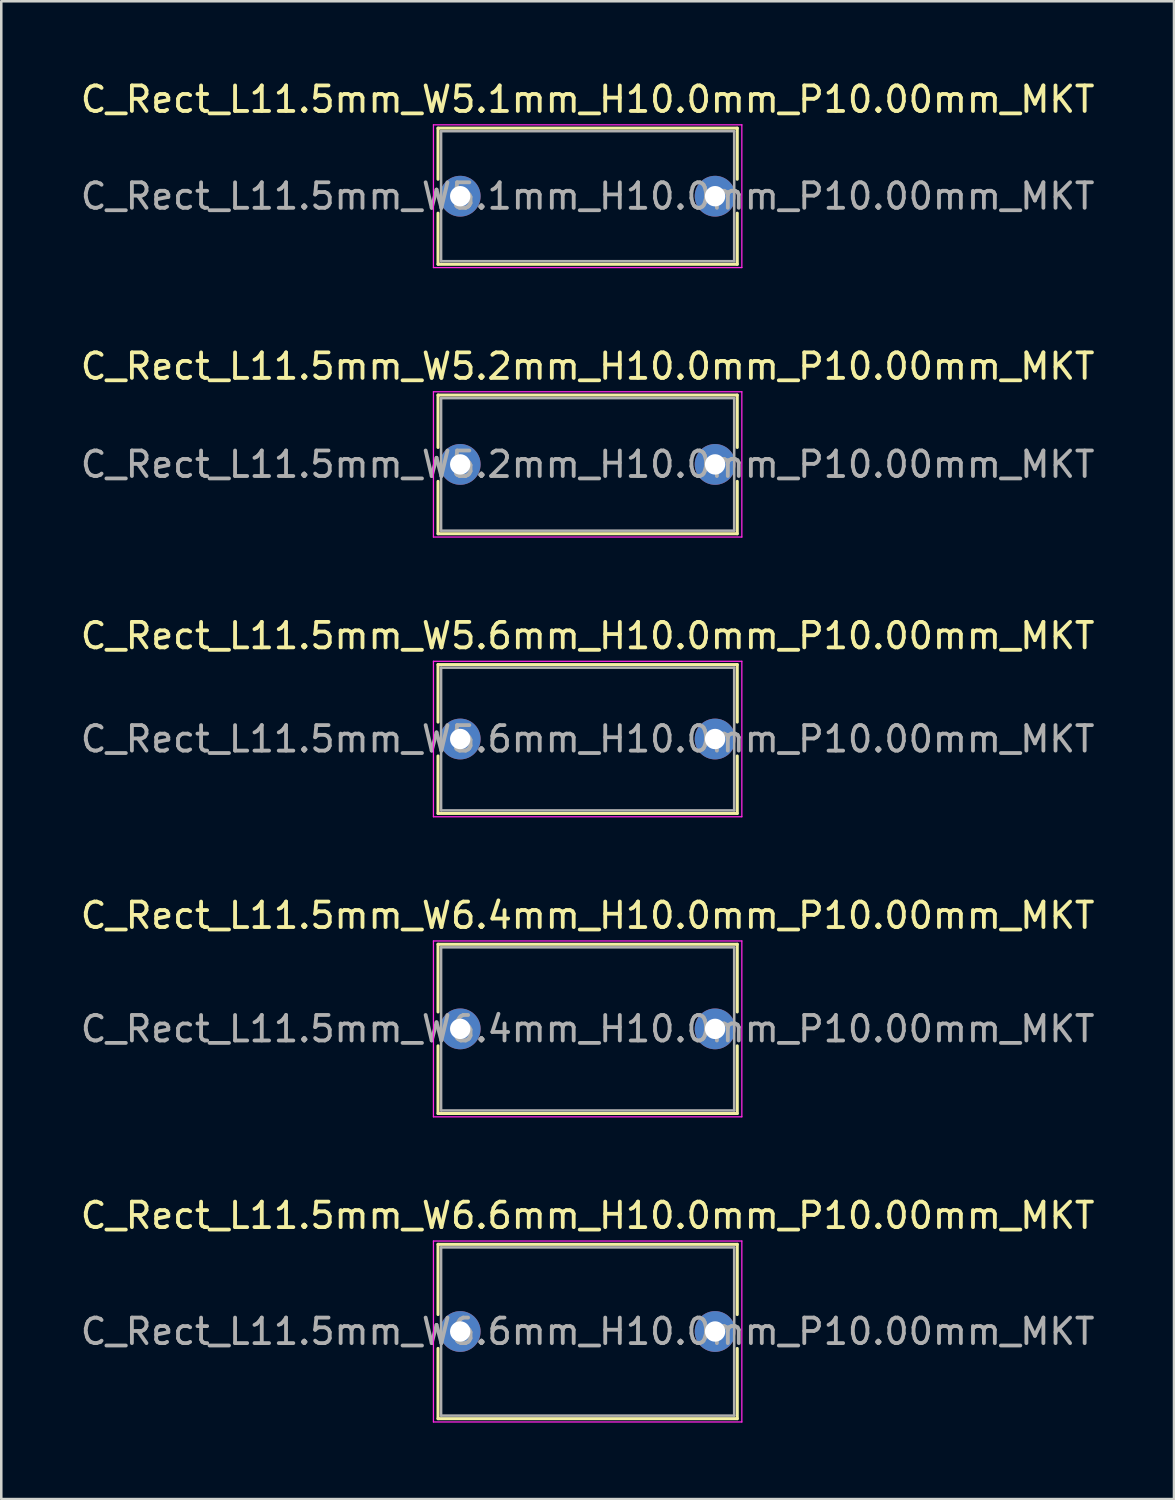
<source format=kicad_pcb>
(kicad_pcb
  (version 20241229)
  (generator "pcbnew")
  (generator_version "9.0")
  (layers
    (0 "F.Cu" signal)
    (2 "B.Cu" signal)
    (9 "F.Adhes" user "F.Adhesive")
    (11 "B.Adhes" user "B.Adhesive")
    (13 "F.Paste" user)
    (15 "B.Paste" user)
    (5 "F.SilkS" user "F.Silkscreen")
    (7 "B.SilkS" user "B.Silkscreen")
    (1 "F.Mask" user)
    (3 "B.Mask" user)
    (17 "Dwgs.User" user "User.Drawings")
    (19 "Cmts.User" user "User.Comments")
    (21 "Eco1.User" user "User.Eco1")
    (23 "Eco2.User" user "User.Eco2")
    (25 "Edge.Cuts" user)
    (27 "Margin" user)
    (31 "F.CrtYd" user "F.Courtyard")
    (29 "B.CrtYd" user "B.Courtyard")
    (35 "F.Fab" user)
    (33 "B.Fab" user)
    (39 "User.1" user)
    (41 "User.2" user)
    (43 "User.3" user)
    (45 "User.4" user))
  (footprint "C_Rect_L11.5mm_W6.4mm_H10.0mm_P10.00mm_MKT"
    (layer "F.Cu")
    (at 15.006 37.318)
    (property "Reference" "C_Rect_L11.5mm_W6.4mm_H10.0mm_P10.00mm_MKT" (at 5 -4.45 0) (layer "F.SilkS") (effects (font (size 1 1) (thickness 0.15))))
    (attr through_hole)
    (fp_line (start -0.87 -3.32) (end -0.87 -0.665) (stroke (width 0.12) (type solid)) (layer "F.SilkS"))
    (fp_line (start -0.87 -3.32) (end 10.87 -3.32) (stroke (width 0.12) (type solid)) (layer "F.SilkS"))
    (fp_line (start -0.87 0.665) (end -0.87 3.32) (stroke (width 0.12) (type solid)) (layer "F.SilkS"))
    (fp_line (start -0.87 3.32) (end 10.87 3.32) (stroke (width 0.12) (type solid)) (layer "F.SilkS"))
    (fp_line (start 10.87 -3.32) (end 10.87 -0.665) (stroke (width 0.12) (type solid)) (layer "F.SilkS"))
    (fp_line (start 10.87 0.665) (end 10.87 3.32) (stroke (width 0.12) (type solid)) (layer "F.SilkS"))
    (fp_line (start -1.05 -3.45) (end -1.05 3.45) (stroke (width 0.05) (type solid)) (layer "F.CrtYd"))
    (fp_line (start -1.05 3.45) (end 11.05 3.45) (stroke (width 0.05) (type solid)) (layer "F.CrtYd"))
    (fp_line (start 11.05 -3.45) (end -1.05 -3.45) (stroke (width 0.05) (type solid)) (layer "F.CrtYd"))
    (fp_line (start 11.05 3.45) (end 11.05 -3.45) (stroke (width 0.05) (type solid)) (layer "F.CrtYd"))
    (fp_line (start -0.75 -3.2) (end -0.75 3.2) (stroke (width 0.1) (type solid)) (layer "F.Fab"))
    (fp_line (start -0.75 3.2) (end 10.75 3.2) (stroke (width 0.1) (type solid)) (layer "F.Fab"))
    (fp_line (start 10.75 -3.2) (end -0.75 -3.2) (stroke (width 0.1) (type solid)) (layer "F.Fab"))
    (fp_line (start 10.75 3.2) (end 10.75 -3.2) (stroke (width 0.1) (type solid)) (layer "F.Fab"))
    (fp_text user "${REFERENCE}" (at 5 0 0) (layer "F.Fab") (effects (font (size 1 1) (thickness 0.15))))
    (pad "1" thru_hole circle (at 0 0) (size 1.6 1.6) (drill 0.8) (layers "*.Cu" "*.Mask"))
    (pad "2" thru_hole circle (at 10 0) (size 1.6 1.6) (drill 0.8) (layers "*.Cu" "*.Mask")))
  (footprint "C_Rect_L11.5mm_W6.6mm_H10.0mm_P10.00mm_MKT"
    (layer "F.Cu")
    (at 15.006 49.191)
    (property "Reference" "C_Rect_L11.5mm_W6.6mm_H10.0mm_P10.00mm_MKT" (at 5 -4.55 0) (layer "F.SilkS") (effects (font (size 1 1) (thickness 0.15))))
    (attr through_hole)
    (fp_line (start -0.87 -3.42) (end -0.87 -0.665) (stroke (width 0.12) (type solid)) (layer "F.SilkS"))
    (fp_line (start -0.87 -3.42) (end 10.87 -3.42) (stroke (width 0.12) (type solid)) (layer "F.SilkS"))
    (fp_line (start -0.87 0.665) (end -0.87 3.42) (stroke (width 0.12) (type solid)) (layer "F.SilkS"))
    (fp_line (start -0.87 3.42) (end 10.87 3.42) (stroke (width 0.12) (type solid)) (layer "F.SilkS"))
    (fp_line (start 10.87 -3.42) (end 10.87 -0.665) (stroke (width 0.12) (type solid)) (layer "F.SilkS"))
    (fp_line (start 10.87 0.665) (end 10.87 3.42) (stroke (width 0.12) (type solid)) (layer "F.SilkS"))
    (fp_line (start -1.05 -3.55) (end -1.05 3.55) (stroke (width 0.05) (type solid)) (layer "F.CrtYd"))
    (fp_line (start -1.05 3.55) (end 11.05 3.55) (stroke (width 0.05) (type solid)) (layer "F.CrtYd"))
    (fp_line (start 11.05 -3.55) (end -1.05 -3.55) (stroke (width 0.05) (type solid)) (layer "F.CrtYd"))
    (fp_line (start 11.05 3.55) (end 11.05 -3.55) (stroke (width 0.05) (type solid)) (layer "F.CrtYd"))
    (fp_line (start -0.75 -3.3) (end -0.75 3.3) (stroke (width 0.1) (type solid)) (layer "F.Fab"))
    (fp_line (start -0.75 3.3) (end 10.75 3.3) (stroke (width 0.1) (type solid)) (layer "F.Fab"))
    (fp_line (start 10.75 -3.3) (end -0.75 -3.3) (stroke (width 0.1) (type solid)) (layer "F.Fab"))
    (fp_line (start 10.75 3.3) (end 10.75 -3.3) (stroke (width 0.1) (type solid)) (layer "F.Fab"))
    (fp_text user "${REFERENCE}" (at 5 0 0) (layer "F.Fab") (effects (font (size 1 1) (thickness 0.15))))
    (pad "1" thru_hole circle (at 0 0) (size 1.6 1.6) (drill 0.8) (layers "*.Cu" "*.Mask"))
    (pad "2" thru_hole circle (at 10 0) (size 1.6 1.6) (drill 0.8) (layers "*.Cu" "*.Mask")))
  (footprint "C_Rect_L11.5mm_W5.1mm_H10.0mm_P10.00mm_MKT"
    (layer "F.Cu")
    (at 15.006 4.648)
    (property "Reference" "C_Rect_L11.5mm_W5.1mm_H10.0mm_P10.00mm_MKT" (at 5 -3.8 0) (layer "F.SilkS") (effects (font (size 1 1) (thickness 0.15))))
    (attr through_hole)
    (fp_line (start -0.87 -2.67) (end -0.87 -0.665) (stroke (width 0.12) (type solid)) (layer "F.SilkS"))
    (fp_line (start -0.87 -2.67) (end 10.87 -2.67) (stroke (width 0.12) (type solid)) (layer "F.SilkS"))
    (fp_line (start -0.87 0.665) (end -0.87 2.67) (stroke (width 0.12) (type solid)) (layer "F.SilkS"))
    (fp_line (start -0.87 2.67) (end 10.87 2.67) (stroke (width 0.12) (type solid)) (layer "F.SilkS"))
    (fp_line (start 10.87 -2.67) (end 10.87 -0.665) (stroke (width 0.12) (type solid)) (layer "F.SilkS"))
    (fp_line (start 10.87 0.665) (end 10.87 2.67) (stroke (width 0.12) (type solid)) (layer "F.SilkS"))
    (fp_line (start -1.05 -2.8) (end -1.05 2.8) (stroke (width 0.05) (type solid)) (layer "F.CrtYd"))
    (fp_line (start -1.05 2.8) (end 11.05 2.8) (stroke (width 0.05) (type solid)) (layer "F.CrtYd"))
    (fp_line (start 11.05 -2.8) (end -1.05 -2.8) (stroke (width 0.05) (type solid)) (layer "F.CrtYd"))
    (fp_line (start 11.05 2.8) (end 11.05 -2.8) (stroke (width 0.05) (type solid)) (layer "F.CrtYd"))
    (fp_line (start -0.75 -2.55) (end -0.75 2.55) (stroke (width 0.1) (type solid)) (layer "F.Fab"))
    (fp_line (start -0.75 2.55) (end 10.75 2.55) (stroke (width 0.1) (type solid)) (layer "F.Fab"))
    (fp_line (start 10.75 -2.55) (end -0.75 -2.55) (stroke (width 0.1) (type solid)) (layer "F.Fab"))
    (fp_line (start 10.75 2.55) (end 10.75 -2.55) (stroke (width 0.1) (type solid)) (layer "F.Fab"))
    (fp_text user "${REFERENCE}" (at 5 0 0) (layer "F.Fab") (effects (font (size 1 1) (thickness 0.15))))
    (pad "1" thru_hole circle (at 0 0) (size 1.6 1.6) (drill 0.8) (layers "*.Cu" "*.Mask"))
    (pad "2" thru_hole circle (at 10 0) (size 1.6 1.6) (drill 0.8) (layers "*.Cu" "*.Mask")))
  (footprint "C_Rect_L11.5mm_W5.6mm_H10.0mm_P10.00mm_MKT"
    (layer "F.Cu")
    (at 15.006 25.945)
    (property "Reference" "C_Rect_L11.5mm_W5.6mm_H10.0mm_P10.00mm_MKT" (at 5 -4.05 0) (layer "F.SilkS") (effects (font (size 1 1) (thickness 0.15))))
    (attr through_hole)
    (fp_line (start -0.87 -2.92) (end -0.87 -0.665) (stroke (width 0.12) (type solid)) (layer "F.SilkS"))
    (fp_line (start -0.87 -2.92) (end 10.87 -2.92) (stroke (width 0.12) (type solid)) (layer "F.SilkS"))
    (fp_line (start -0.87 0.665) (end -0.87 2.92) (stroke (width 0.12) (type solid)) (layer "F.SilkS"))
    (fp_line (start -0.87 2.92) (end 10.87 2.92) (stroke (width 0.12) (type solid)) (layer "F.SilkS"))
    (fp_line (start 10.87 -2.92) (end 10.87 -0.665) (stroke (width 0.12) (type solid)) (layer "F.SilkS"))
    (fp_line (start 10.87 0.665) (end 10.87 2.92) (stroke (width 0.12) (type solid)) (layer "F.SilkS"))
    (fp_line (start -1.05 -3.05) (end -1.05 3.05) (stroke (width 0.05) (type solid)) (layer "F.CrtYd"))
    (fp_line (start -1.05 3.05) (end 11.05 3.05) (stroke (width 0.05) (type solid)) (layer "F.CrtYd"))
    (fp_line (start 11.05 -3.05) (end -1.05 -3.05) (stroke (width 0.05) (type solid)) (layer "F.CrtYd"))
    (fp_line (start 11.05 3.05) (end 11.05 -3.05) (stroke (width 0.05) (type solid)) (layer "F.CrtYd"))
    (fp_line (start -0.75 -2.8) (end -0.75 2.8) (stroke (width 0.1) (type solid)) (layer "F.Fab"))
    (fp_line (start -0.75 2.8) (end 10.75 2.8) (stroke (width 0.1) (type solid)) (layer "F.Fab"))
    (fp_line (start 10.75 -2.8) (end -0.75 -2.8) (stroke (width 0.1) (type solid)) (layer "F.Fab"))
    (fp_line (start 10.75 2.8) (end 10.75 -2.8) (stroke (width 0.1) (type solid)) (layer "F.Fab"))
    (fp_text user "${REFERENCE}" (at 5 0 0) (layer "F.Fab") (effects (font (size 1 1) (thickness 0.15))))
    (pad "1" thru_hole circle (at 0 0) (size 1.6 1.6) (drill 0.8) (layers "*.Cu" "*.Mask"))
    (pad "2" thru_hole circle (at 10 0) (size 1.6 1.6) (drill 0.8) (layers "*.Cu" "*.Mask")))
  (footprint "C_Rect_L11.5mm_W5.2mm_H10.0mm_P10.00mm_MKT"
    (layer "F.Cu")
    (at 15.006 15.171)
    (property "Reference" "C_Rect_L11.5mm_W5.2mm_H10.0mm_P10.00mm_MKT" (at 5 -3.85 0) (layer "F.SilkS") (effects (font (size 1 1) (thickness 0.15))))
    (attr through_hole)
    (fp_line (start -0.87 -2.72) (end -0.87 -0.665) (stroke (width 0.12) (type solid)) (layer "F.SilkS"))
    (fp_line (start -0.87 -2.72) (end 10.87 -2.72) (stroke (width 0.12) (type solid)) (layer "F.SilkS"))
    (fp_line (start -0.87 0.665) (end -0.87 2.72) (stroke (width 0.12) (type solid)) (layer "F.SilkS"))
    (fp_line (start -0.87 2.72) (end 10.87 2.72) (stroke (width 0.12) (type solid)) (layer "F.SilkS"))
    (fp_line (start 10.87 -2.72) (end 10.87 -0.665) (stroke (width 0.12) (type solid)) (layer "F.SilkS"))
    (fp_line (start 10.87 0.665) (end 10.87 2.72) (stroke (width 0.12) (type solid)) (layer "F.SilkS"))
    (fp_line (start -1.05 -2.85) (end -1.05 2.85) (stroke (width 0.05) (type solid)) (layer "F.CrtYd"))
    (fp_line (start -1.05 2.85) (end 11.05 2.85) (stroke (width 0.05) (type solid)) (layer "F.CrtYd"))
    (fp_line (start 11.05 -2.85) (end -1.05 -2.85) (stroke (width 0.05) (type solid)) (layer "F.CrtYd"))
    (fp_line (start 11.05 2.85) (end 11.05 -2.85) (stroke (width 0.05) (type solid)) (layer "F.CrtYd"))
    (fp_line (start -0.75 -2.6) (end -0.75 2.6) (stroke (width 0.1) (type solid)) (layer "F.Fab"))
    (fp_line (start -0.75 2.6) (end 10.75 2.6) (stroke (width 0.1) (type solid)) (layer "F.Fab"))
    (fp_line (start 10.75 -2.6) (end -0.75 -2.6) (stroke (width 0.1) (type solid)) (layer "F.Fab"))
    (fp_line (start 10.75 2.6) (end 10.75 -2.6) (stroke (width 0.1) (type solid)) (layer "F.Fab"))
    (fp_text user "${REFERENCE}" (at 5 0 0) (layer "F.Fab") (effects (font (size 1 1) (thickness 0.15))))
    (pad "1" thru_hole circle (at 0 0) (size 1.6 1.6) (drill 0.8) (layers "*.Cu" "*.Mask"))
    (pad "2" thru_hole circle (at 10 0) (size 1.6 1.6) (drill 0.8) (layers "*.Cu" "*.Mask")))
  (gr_rect
    (start -3 -3)
    (end 43.012 55.766)
    (stroke (width 0.1) (type default))
    (fill no)
    (layer "Edge.Cuts")))
</source>
